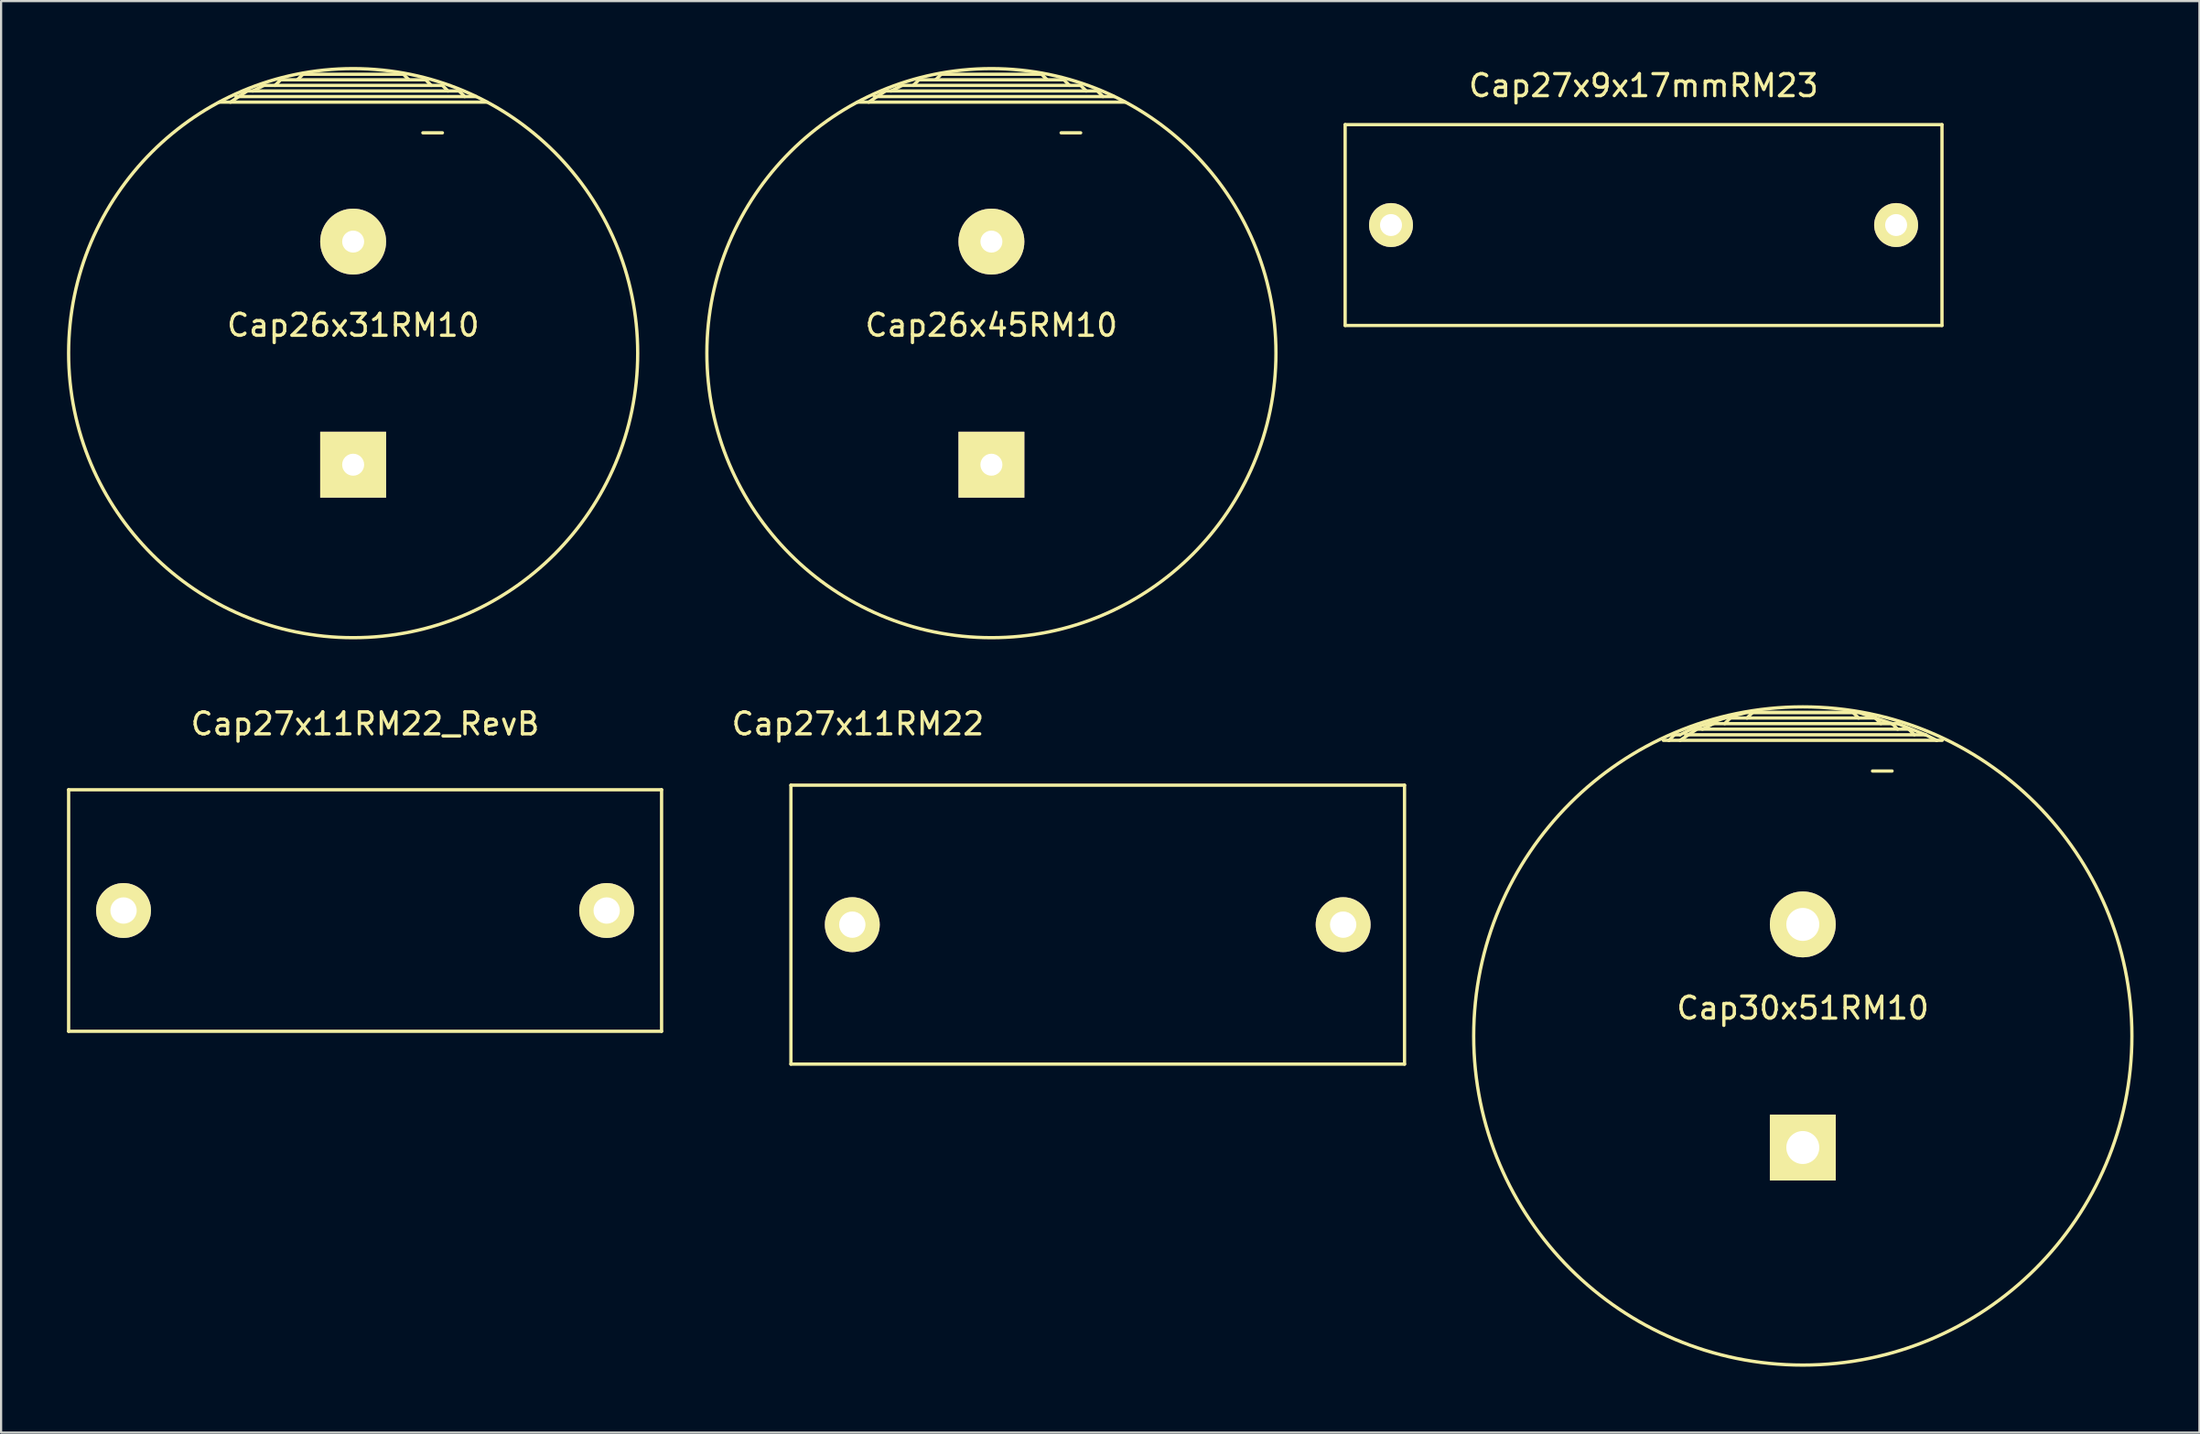
<source format=kicad_pcb>
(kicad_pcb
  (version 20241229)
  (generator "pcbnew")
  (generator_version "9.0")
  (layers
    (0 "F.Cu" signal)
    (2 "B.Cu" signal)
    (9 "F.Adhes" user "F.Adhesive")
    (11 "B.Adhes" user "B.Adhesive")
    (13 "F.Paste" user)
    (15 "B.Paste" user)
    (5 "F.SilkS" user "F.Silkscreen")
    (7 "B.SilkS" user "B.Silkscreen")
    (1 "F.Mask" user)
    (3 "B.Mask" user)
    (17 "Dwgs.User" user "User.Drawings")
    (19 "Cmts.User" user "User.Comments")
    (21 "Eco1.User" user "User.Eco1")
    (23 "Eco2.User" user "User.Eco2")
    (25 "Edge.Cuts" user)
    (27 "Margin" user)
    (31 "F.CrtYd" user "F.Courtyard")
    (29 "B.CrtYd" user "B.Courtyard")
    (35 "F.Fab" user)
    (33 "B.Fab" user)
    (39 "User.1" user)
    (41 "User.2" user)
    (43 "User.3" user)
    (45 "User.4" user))
  (footprint "Cap27x11RM22_RevB"
    (layer "F.Cu")
    (at 13.575 38.411)
    (property "Reference" "Cap27x11RM22_RevB" (at 0 -8.5 0) (layer "F.SilkS") (effects (font (size 1 1) (thickness 0.15))))
    (attr through_hole)
    (fp_line (start -13.5 -5.5) (end 13.5 -5.5) (stroke (width 0.15) (type solid)) (layer "F.SilkS"))
    (fp_line (start -13.5 5.5) (end -13.5 -5.5) (stroke (width 0.15) (type solid)) (layer "F.SilkS"))
    (fp_line (start 13.5 -5.5) (end 13.5 5.5) (stroke (width 0.15) (type solid)) (layer "F.SilkS"))
    (fp_line (start 13.5 5.5) (end -13.5 5.5) (stroke (width 0.15) (type solid)) (layer "F.SilkS"))
    (pad "1" thru_hole circle (at -11 0) (size 2.499 2.499) (drill 1.199) (layers "*.Cu" "*.Mask" "F.SilkS"))
    (pad "2" thru_hole circle (at 11 0) (size 2.499 2.499) (drill 1.199) (layers "*.Cu" "*.Mask" "F.SilkS")))
  (footprint "Cap27x9x17mmRM23"
    (layer "F.Cu")
    (at 71.79 7.198)
    (property "Reference" "Cap27x9x17mmRM23" (at 0 -6.35 0) (layer "F.SilkS") (effects (font (size 1 1) (thickness 0.15))))
    (attr through_hole)
    (fp_line (start -13.589 -4.572) (end -13.589 4.572) (stroke (width 0.15) (type solid)) (layer "F.SilkS"))
    (fp_line (start -13.589 4.572) (end 13.589 4.572) (stroke (width 0.15) (type solid)) (layer "F.SilkS"))
    (fp_line (start 13.589 -4.572) (end -13.589 -4.572) (stroke (width 0.15) (type solid)) (layer "F.SilkS"))
    (fp_line (start 13.589 4.572) (end 13.589 -4.572) (stroke (width 0.15) (type solid)) (layer "F.SilkS"))
    (pad "1" thru_hole circle (at -11.5 0) (size 2 2) (drill 1) (layers "*.Cu" "*.Mask" "F.SilkS"))
    (pad "2" thru_hole circle (at 11.5 0) (size 2 2) (drill 1) (layers "*.Cu" "*.Mask" "F.SilkS")))
  (footprint "Cap26x31RM10"
    (layer "F.Cu")
    (at 13.031 13.031)
    (property "Reference" "Cap26x31RM10" (at 0 -1.27 0) (layer "F.SilkS") (effects (font (size 1 1) (thickness 0.15))))
    (attr through_hole)
    (fp_line (start -5.334 -11.684) (end 5.588 -11.684) (stroke (width 0.15) (type solid)) (layer "F.SilkS"))
    (fp_line (start -4.826 -11.938) (end -5.588 -11.43) (stroke (width 0.15) (type solid)) (layer "F.SilkS"))
    (fp_line (start -4.572 -11.938) (end -4.064 -12.192) (stroke (width 0.15) (type solid)) (layer "F.SilkS"))
    (fp_line (start -4.064 -12.192) (end 4.064 -12.192) (stroke (width 0.15) (type solid)) (layer "F.SilkS"))
    (fp_line (start -3.302 -12.446) (end -3.556 -12.192) (stroke (width 0.15) (type solid)) (layer "F.SilkS"))
    (fp_line (start -2.54 -12.446) (end -2.286 -12.7) (stroke (width 0.15) (type solid)) (layer "F.SilkS"))
    (fp_line (start -2.286 -12.7) (end 2.286 -12.7) (stroke (width 0.15) (type solid)) (layer "F.SilkS"))
    (fp_line (start 2.286 -12.7) (end 2.54 -12.446) (stroke (width 0.15) (type solid)) (layer "F.SilkS"))
    (fp_line (start 3.175 -10.033) (end 4.064 -10.033) (stroke (width 0.15) (type solid)) (layer "F.SilkS"))
    (fp_line (start 3.302 -12.446) (end -3.302 -12.446) (stroke (width 0.15) (type solid)) (layer "F.SilkS"))
    (fp_line (start 3.556 -12.192) (end 3.302 -12.446) (stroke (width 0.15) (type solid)) (layer "F.SilkS"))
    (fp_line (start 4.064 -12.192) (end 4.318 -11.938) (stroke (width 0.15) (type solid)) (layer "F.SilkS"))
    (fp_line (start 4.826 -11.938) (end -4.826 -11.938) (stroke (width 0.15) (type solid)) (layer "F.SilkS"))
    (fp_line (start 5.08 -11.684) (end 4.826 -11.938) (stroke (width 0.15) (type solid)) (layer "F.SilkS"))
    (fp_line (start 6.096 -11.43) (end -6.096 -11.43) (stroke (width 0.15) (type solid)) (layer "F.SilkS"))
    (fp_circle (center 0 0) (end -12.954 -0.254) (stroke (width 0.15) (type solid)) (fill no) (layer "F.SilkS"))
    (pad "1" thru_hole rect (at 0 5.08) (size 3 3) (drill 1.001) (layers "*.Cu" "*.Mask" "F.SilkS"))
    (pad "2" thru_hole circle (at 0 -5.08) (size 3 3) (drill 1.001) (layers "*.Cu" "*.Mask" "F.SilkS")))
  (footprint "Cap27x11RM22"
    (layer "F.Cu")
    (at 35.759 39.055)
    (property "Reference" "Cap27x11RM22" (at 0.254 -9.144 0) (layer "F.SilkS") (effects (font (size 1 1) (thickness 0.15))))
    (attr through_hole)
    (fp_line (start -2.794 -6.35) (end -2.794 6.35) (stroke (width 0.15) (type solid)) (layer "F.SilkS"))
    (fp_line (start -2.794 6.35) (end 25.146 6.35) (stroke (width 0.15) (type solid)) (layer "F.SilkS"))
    (fp_line (start 25.146 -6.35) (end -2.794 -6.35) (stroke (width 0.15) (type solid)) (layer "F.SilkS"))
    (fp_line (start 25.146 6.35) (end 25.146 -6.35) (stroke (width 0.15) (type solid)) (layer "F.SilkS"))
    (pad "1" thru_hole circle (at 0 0) (size 2.499 2.499) (drill 1.199) (layers "*.Cu" "*.Mask" "F.SilkS"))
    (pad "2" thru_hole circle (at 22.352 0) (size 2.499 2.499) (drill 1.199) (layers "*.Cu" "*.Mask" "F.SilkS")))
  (footprint "Cap30x51RM10"
    (layer "F.Cu")
    (at 79.041 44.124)
    (property "Reference" "Cap30x51RM10" (at 0 -1.27 0) (layer "F.SilkS") (effects (font (size 1 1) (thickness 0.15))))
    (attr through_hole)
    (fp_line (start -6.35 -13.462) (end -6.096 -13.462) (stroke (width 0.15) (type solid)) (layer "F.SilkS"))
    (fp_line (start -6.096 -13.462) (end -5.842 -13.716) (stroke (width 0.15) (type solid)) (layer "F.SilkS"))
    (fp_line (start -5.842 -13.716) (end -5.588 -13.716) (stroke (width 0.15) (type solid)) (layer "F.SilkS"))
    (fp_line (start -5.588 -13.716) (end -5.08 -13.97) (stroke (width 0.15) (type solid)) (layer "F.SilkS"))
    (fp_line (start -5.334 -13.716) (end 5.588 -13.716) (stroke (width 0.15) (type solid)) (layer "F.SilkS"))
    (fp_line (start -5.08 -13.97) (end -3.556 -14.478) (stroke (width 0.15) (type solid)) (layer "F.SilkS"))
    (fp_line (start -4.826 -13.97) (end -5.588 -13.462) (stroke (width 0.15) (type solid)) (layer "F.SilkS"))
    (fp_line (start -4.572 -13.97) (end -4.064 -14.224) (stroke (width 0.15) (type solid)) (layer "F.SilkS"))
    (fp_line (start -4.064 -14.224) (end 4.064 -14.224) (stroke (width 0.15) (type solid)) (layer "F.SilkS"))
    (fp_line (start -3.556 -14.478) (end -2.54 -14.732) (stroke (width 0.15) (type solid)) (layer "F.SilkS"))
    (fp_line (start -3.302 -14.478) (end -3.556 -14.224) (stroke (width 0.15) (type solid)) (layer "F.SilkS"))
    (fp_line (start -2.54 -14.732) (end 2.54 -14.732) (stroke (width 0.15) (type solid)) (layer "F.SilkS"))
    (fp_line (start -2.54 -14.478) (end -2.286 -14.732) (stroke (width 0.15) (type solid)) (layer "F.SilkS"))
    (fp_line (start -2.286 -14.732) (end 2.286 -14.732) (stroke (width 0.15) (type solid)) (layer "F.SilkS"))
    (fp_line (start 2.286 -14.732) (end 2.54 -14.478) (stroke (width 0.15) (type solid)) (layer "F.SilkS"))
    (fp_line (start 2.54 -14.732) (end 4.064 -14.224) (stroke (width 0.15) (type solid)) (layer "F.SilkS"))
    (fp_line (start 3.175 -12.065) (end 4.064 -12.065) (stroke (width 0.15) (type solid)) (layer "F.SilkS"))
    (fp_line (start 3.302 -14.478) (end -3.302 -14.478) (stroke (width 0.15) (type solid)) (layer "F.SilkS"))
    (fp_line (start 3.556 -14.224) (end 3.302 -14.478) (stroke (width 0.15) (type solid)) (layer "F.SilkS"))
    (fp_line (start 4.064 -14.224) (end 4.318 -14.224) (stroke (width 0.15) (type solid)) (layer "F.SilkS"))
    (fp_line (start 4.064 -14.224) (end 4.318 -13.97) (stroke (width 0.15) (type solid)) (layer "F.SilkS"))
    (fp_line (start 4.318 -14.224) (end 5.588 -13.716) (stroke (width 0.15) (type solid)) (layer "F.SilkS"))
    (fp_line (start 4.826 -13.97) (end -4.826 -13.97) (stroke (width 0.15) (type solid)) (layer "F.SilkS"))
    (fp_line (start 5.08 -13.716) (end 4.826 -13.97) (stroke (width 0.15) (type solid)) (layer "F.SilkS"))
    (fp_line (start 5.588 -13.716) (end 6.096 -13.462) (stroke (width 0.15) (type solid)) (layer "F.SilkS"))
    (fp_line (start 6.096 -13.462) (end -6.096 -13.462) (stroke (width 0.15) (type solid)) (layer "F.SilkS"))
    (fp_line (start 6.096 -13.462) (end 6.35 -13.462) (stroke (width 0.15) (type solid)) (layer "F.SilkS"))
    (fp_circle (center 0 0) (end 14.986 0) (stroke (width 0.15) (type solid)) (fill no) (layer "F.SilkS"))
    (pad "1" thru_hole rect (at 0 5.08) (size 3 3) (drill 1.501) (layers "*.Cu" "*.Mask" "F.SilkS"))
    (pad "2" thru_hole circle (at 0 -5.08) (size 3 3) (drill 1.501) (layers "*.Cu" "*.Mask" "F.SilkS")))
  (footprint "Cap26x45RM10"
    (layer "F.Cu")
    (at 42.094 13.031)
    (property "Reference" "Cap26x45RM10" (at 0 -1.27 0) (layer "F.SilkS") (effects (font (size 1 1) (thickness 0.15))))
    (attr through_hole)
    (fp_line (start -5.334 -11.684) (end 5.588 -11.684) (stroke (width 0.15) (type solid)) (layer "F.SilkS"))
    (fp_line (start -4.826 -11.938) (end -5.588 -11.43) (stroke (width 0.15) (type solid)) (layer "F.SilkS"))
    (fp_line (start -4.572 -11.938) (end -4.064 -12.192) (stroke (width 0.15) (type solid)) (layer "F.SilkS"))
    (fp_line (start -4.064 -12.192) (end 4.064 -12.192) (stroke (width 0.15) (type solid)) (layer "F.SilkS"))
    (fp_line (start -3.302 -12.446) (end -3.556 -12.192) (stroke (width 0.15) (type solid)) (layer "F.SilkS"))
    (fp_line (start -2.54 -12.446) (end -2.286 -12.7) (stroke (width 0.15) (type solid)) (layer "F.SilkS"))
    (fp_line (start -2.286 -12.7) (end 2.286 -12.7) (stroke (width 0.15) (type solid)) (layer "F.SilkS"))
    (fp_line (start 2.286 -12.7) (end 2.54 -12.446) (stroke (width 0.15) (type solid)) (layer "F.SilkS"))
    (fp_line (start 3.175 -10.033) (end 4.064 -10.033) (stroke (width 0.15) (type solid)) (layer "F.SilkS"))
    (fp_line (start 3.302 -12.446) (end -3.302 -12.446) (stroke (width 0.15) (type solid)) (layer "F.SilkS"))
    (fp_line (start 3.556 -12.192) (end 3.302 -12.446) (stroke (width 0.15) (type solid)) (layer "F.SilkS"))
    (fp_line (start 4.064 -12.192) (end 4.318 -11.938) (stroke (width 0.15) (type solid)) (layer "F.SilkS"))
    (fp_line (start 4.826 -11.938) (end -4.826 -11.938) (stroke (width 0.15) (type solid)) (layer "F.SilkS"))
    (fp_line (start 5.08 -11.684) (end 4.826 -11.938) (stroke (width 0.15) (type solid)) (layer "F.SilkS"))
    (fp_line (start 6.096 -11.43) (end -6.096 -11.43) (stroke (width 0.15) (type solid)) (layer "F.SilkS"))
    (fp_circle (center 0 0) (end -12.954 -0.254) (stroke (width 0.15) (type solid)) (fill no) (layer "F.SilkS"))
    (pad "1" thru_hole rect (at 0 5.08) (size 3 3) (drill 1.001) (layers "*.Cu" "*.Mask" "F.SilkS"))
    (pad "2" thru_hole circle (at 0 -5.08) (size 3 3) (drill 1.001) (layers "*.Cu" "*.Mask" "F.SilkS")))
  (gr_rect
    (start -3 -3)
    (end 97.102 62.185)
    (stroke (width 0.1) (type default))
    (fill no)
    (layer "Edge.Cuts")))
</source>
